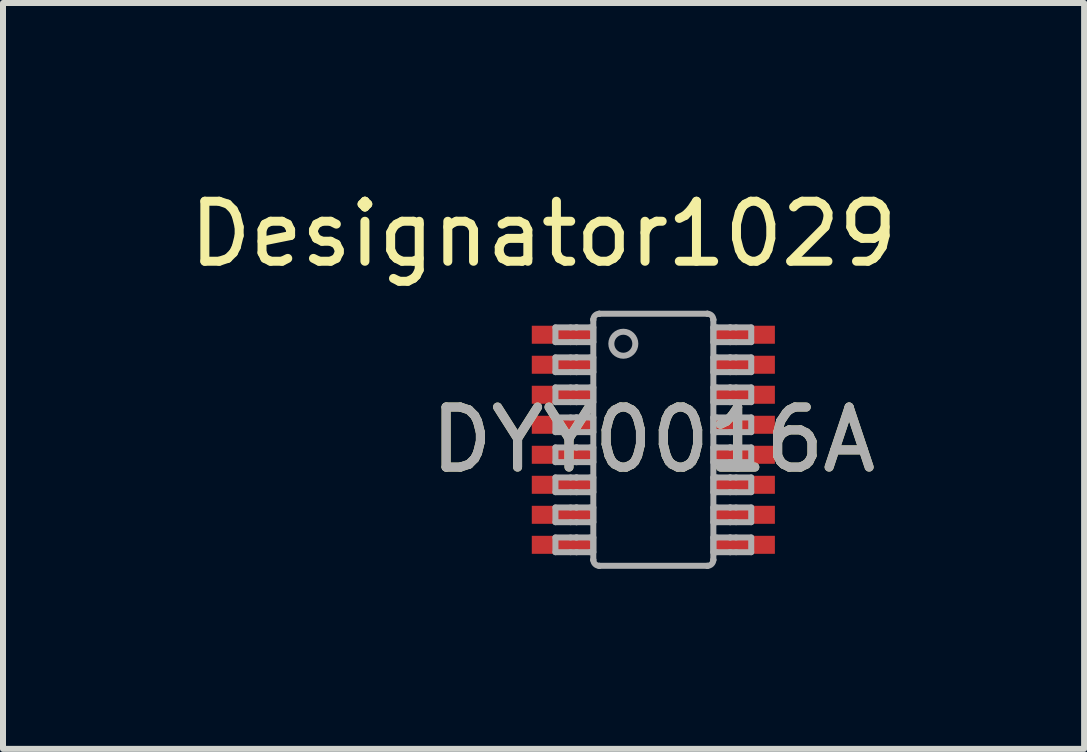
<source format=kicad_pcb>
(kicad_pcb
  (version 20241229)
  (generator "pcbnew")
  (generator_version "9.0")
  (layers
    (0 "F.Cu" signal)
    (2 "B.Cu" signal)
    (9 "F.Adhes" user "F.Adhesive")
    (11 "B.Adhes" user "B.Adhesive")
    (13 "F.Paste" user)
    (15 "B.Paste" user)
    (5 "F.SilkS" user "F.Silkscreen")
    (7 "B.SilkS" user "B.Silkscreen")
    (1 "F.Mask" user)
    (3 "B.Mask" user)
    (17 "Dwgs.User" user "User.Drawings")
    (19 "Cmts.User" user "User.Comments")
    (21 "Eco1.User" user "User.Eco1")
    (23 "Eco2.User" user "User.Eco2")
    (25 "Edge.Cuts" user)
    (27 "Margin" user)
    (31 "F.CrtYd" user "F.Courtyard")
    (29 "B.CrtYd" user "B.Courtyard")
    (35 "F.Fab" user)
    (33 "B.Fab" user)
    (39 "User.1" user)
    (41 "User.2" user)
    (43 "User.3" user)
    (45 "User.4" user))
  (footprint "DYY0016A"
    (layer "F.Cu")
    (at 7.835 4.277)
    (property "Reference" "DYY0016A" (at 0 0 0) (unlocked yes) (layer "F.SilkS") (effects (font (size 1 1) (thickness 0.15))))
    (attr smd)
    (fp_line (start -1.631 -1.872) (end -1.379 -1.872) (stroke (width 0.1) (type solid)) (layer "F.Fab"))
    (fp_line (start -1.631 -1.627) (end -1.631 -1.872) (stroke (width 0.1) (type solid)) (layer "F.Fab"))
    (fp_line (start -1.631 -1.627) (end -1.379 -1.627) (stroke (width 0.1) (type solid)) (layer "F.Fab"))
    (fp_line (start -1.631 -1.372) (end -1.379 -1.372) (stroke (width 0.1) (type solid)) (layer "F.Fab"))
    (fp_line (start -1.631 -1.127) (end -1.631 -1.372) (stroke (width 0.1) (type solid)) (layer "F.Fab"))
    (fp_line (start -1.631 -1.127) (end -1.379 -1.127) (stroke (width 0.1) (type solid)) (layer "F.Fab"))
    (fp_line (start -1.631 -0.872) (end -1.379 -0.872) (stroke (width 0.1) (type solid)) (layer "F.Fab"))
    (fp_line (start -1.631 -0.627) (end -1.631 -0.872) (stroke (width 0.1) (type solid)) (layer "F.Fab"))
    (fp_line (start -1.631 -0.627) (end -1.379 -0.627) (stroke (width 0.1) (type solid)) (layer "F.Fab"))
    (fp_line (start -1.631 -0.372) (end -1.379 -0.372) (stroke (width 0.1) (type solid)) (layer "F.Fab"))
    (fp_line (start -1.631 -0.127) (end -1.631 -0.372) (stroke (width 0.1) (type solid)) (layer "F.Fab"))
    (fp_line (start -1.631 -0.127) (end -1.379 -0.127) (stroke (width 0.1) (type solid)) (layer "F.Fab"))
    (fp_line (start -1.631 0.128) (end -1.379 0.128) (stroke (width 0.1) (type solid)) (layer "F.Fab"))
    (fp_line (start -1.631 0.373) (end -1.631 0.128) (stroke (width 0.1) (type solid)) (layer "F.Fab"))
    (fp_line (start -1.631 0.373) (end -1.379 0.373) (stroke (width 0.1) (type solid)) (layer "F.Fab"))
    (fp_line (start -1.631 0.628) (end -1.379 0.628) (stroke (width 0.1) (type solid)) (layer "F.Fab"))
    (fp_line (start -1.631 0.873) (end -1.631 0.628) (stroke (width 0.1) (type solid)) (layer "F.Fab"))
    (fp_line (start -1.631 0.873) (end -1.379 0.873) (stroke (width 0.1) (type solid)) (layer "F.Fab"))
    (fp_line (start -1.631 1.128) (end -1.379 1.128) (stroke (width 0.1) (type solid)) (layer "F.Fab"))
    (fp_line (start -1.631 1.373) (end -1.631 1.128) (stroke (width 0.1) (type solid)) (layer "F.Fab"))
    (fp_line (start -1.631 1.373) (end -1.379 1.373) (stroke (width 0.1) (type solid)) (layer "F.Fab"))
    (fp_line (start -1.631 1.628) (end -1.379 1.628) (stroke (width 0.1) (type solid)) (layer "F.Fab"))
    (fp_line (start -1.631 1.873) (end -1.631 1.628) (stroke (width 0.1) (type solid)) (layer "F.Fab"))
    (fp_line (start -1.631 1.873) (end -1.379 1.873) (stroke (width 0.1) (type solid)) (layer "F.Fab"))
    (fp_line (start -1.379 -1.872) (end -1.284 -1.872) (stroke (width 0.1) (type solid)) (layer "F.Fab"))
    (fp_line (start -1.379 -1.627) (end -1.284 -1.627) (stroke (width 0.1) (type solid)) (layer "F.Fab"))
    (fp_line (start -1.379 -1.372) (end -1.284 -1.372) (stroke (width 0.1) (type solid)) (layer "F.Fab"))
    (fp_line (start -1.379 -1.127) (end -1.284 -1.127) (stroke (width 0.1) (type solid)) (layer "F.Fab"))
    (fp_line (start -1.379 -0.872) (end -1.284 -0.872) (stroke (width 0.1) (type solid)) (layer "F.Fab"))
    (fp_line (start -1.379 -0.627) (end -1.284 -0.627) (stroke (width 0.1) (type solid)) (layer "F.Fab"))
    (fp_line (start -1.379 -0.372) (end -1.284 -0.372) (stroke (width 0.1) (type solid)) (layer "F.Fab"))
    (fp_line (start -1.379 -0.127) (end -1.284 -0.127) (stroke (width 0.1) (type solid)) (layer "F.Fab"))
    (fp_line (start -1.379 0.128) (end -1.284 0.128) (stroke (width 0.1) (type solid)) (layer "F.Fab"))
    (fp_line (start -1.379 0.373) (end -1.284 0.373) (stroke (width 0.1) (type solid)) (layer "F.Fab"))
    (fp_line (start -1.379 0.628) (end -1.284 0.628) (stroke (width 0.1) (type solid)) (layer "F.Fab"))
    (fp_line (start -1.379 0.873) (end -1.284 0.873) (stroke (width 0.1) (type solid)) (layer "F.Fab"))
    (fp_line (start -1.379 1.128) (end -1.284 1.128) (stroke (width 0.1) (type solid)) (layer "F.Fab"))
    (fp_line (start -1.379 1.373) (end -1.284 1.373) (stroke (width 0.1) (type solid)) (layer "F.Fab"))
    (fp_line (start -1.379 1.628) (end -1.284 1.628) (stroke (width 0.1) (type solid)) (layer "F.Fab"))
    (fp_line (start -1.379 1.873) (end -1.284 1.873) (stroke (width 0.1) (type solid)) (layer "F.Fab"))
    (fp_line (start -1.284 -1.872) (end -1.276 -1.872) (stroke (width 0.1) (type solid)) (layer "F.Fab"))
    (fp_line (start -1.284 -1.627) (end -1.276 -1.627) (stroke (width 0.1) (type solid)) (layer "F.Fab"))
    (fp_line (start -1.284 -1.372) (end -1.276 -1.372) (stroke (width 0.1) (type solid)) (layer "F.Fab"))
    (fp_line (start -1.284 -1.127) (end -1.276 -1.127) (stroke (width 0.1) (type solid)) (layer "F.Fab"))
    (fp_line (start -1.284 -0.872) (end -1.276 -0.872) (stroke (width 0.1) (type solid)) (layer "F.Fab"))
    (fp_line (start -1.284 -0.627) (end -1.276 -0.627) (stroke (width 0.1) (type solid)) (layer "F.Fab"))
    (fp_line (start -1.284 -0.372) (end -1.276 -0.372) (stroke (width 0.1) (type solid)) (layer "F.Fab"))
    (fp_line (start -1.284 -0.127) (end -1.276 -0.127) (stroke (width 0.1) (type solid)) (layer "F.Fab"))
    (fp_line (start -1.284 0.128) (end -1.276 0.128) (stroke (width 0.1) (type solid)) (layer "F.Fab"))
    (fp_line (start -1.284 0.373) (end -1.276 0.373) (stroke (width 0.1) (type solid)) (layer "F.Fab"))
    (fp_line (start -1.284 0.628) (end -1.276 0.628) (stroke (width 0.1) (type solid)) (layer "F.Fab"))
    (fp_line (start -1.284 0.873) (end -1.276 0.873) (stroke (width 0.1) (type solid)) (layer "F.Fab"))
    (fp_line (start -1.284 1.128) (end -1.276 1.128) (stroke (width 0.1) (type solid)) (layer "F.Fab"))
    (fp_line (start -1.284 1.373) (end -1.276 1.373) (stroke (width 0.1) (type solid)) (layer "F.Fab"))
    (fp_line (start -1.284 1.628) (end -1.276 1.628) (stroke (width 0.1) (type solid)) (layer "F.Fab"))
    (fp_line (start -1.284 1.873) (end -1.276 1.873) (stroke (width 0.1) (type solid)) (layer "F.Fab"))
    (fp_line (start -1.276 -1.872) (end -1.051 -1.872) (stroke (width 0.1) (type solid)) (layer "F.Fab"))
    (fp_line (start -1.276 -1.627) (end -1.051 -1.627) (stroke (width 0.1) (type solid)) (layer "F.Fab"))
    (fp_line (start -1.276 -1.372) (end -1.051 -1.372) (stroke (width 0.1) (type solid)) (layer "F.Fab"))
    (fp_line (start -1.276 -1.127) (end -1.051 -1.127) (stroke (width 0.1) (type solid)) (layer "F.Fab"))
    (fp_line (start -1.276 -0.872) (end -1.051 -0.872) (stroke (width 0.1) (type solid)) (layer "F.Fab"))
    (fp_line (start -1.276 -0.627) (end -1.051 -0.627) (stroke (width 0.1) (type solid)) (layer "F.Fab"))
    (fp_line (start -1.276 -0.372) (end -1.051 -0.372) (stroke (width 0.1) (type solid)) (layer "F.Fab"))
    (fp_line (start -1.276 -0.127) (end -1.051 -0.127) (stroke (width 0.1) (type solid)) (layer "F.Fab"))
    (fp_line (start -1.276 0.128) (end -1.051 0.128) (stroke (width 0.1) (type solid)) (layer "F.Fab"))
    (fp_line (start -1.276 0.373) (end -1.051 0.373) (stroke (width 0.1) (type solid)) (layer "F.Fab"))
    (fp_line (start -1.276 0.628) (end -1.051 0.628) (stroke (width 0.1) (type solid)) (layer "F.Fab"))
    (fp_line (start -1.276 0.873) (end -1.051 0.873) (stroke (width 0.1) (type solid)) (layer "F.Fab"))
    (fp_line (start -1.276 1.128) (end -1.051 1.128) (stroke (width 0.1) (type solid)) (layer "F.Fab"))
    (fp_line (start -1.276 1.373) (end -1.051 1.373) (stroke (width 0.1) (type solid)) (layer "F.Fab"))
    (fp_line (start -1.276 1.628) (end -1.051 1.628) (stroke (width 0.1) (type solid)) (layer "F.Fab"))
    (fp_line (start -1.276 1.873) (end -1.051 1.873) (stroke (width 0.1) (type solid)) (layer "F.Fab"))
    (fp_line (start -1.051 -1.872) (end -1 -1.872) (stroke (width 0.1) (type solid)) (layer "F.Fab"))
    (fp_line (start -1.051 -1.627) (end -1 -1.627) (stroke (width 0.1) (type solid)) (layer "F.Fab"))
    (fp_line (start -1.051 -1.372) (end -1 -1.372) (stroke (width 0.1) (type solid)) (layer "F.Fab"))
    (fp_line (start -1.051 -1.127) (end -1 -1.127) (stroke (width 0.1) (type solid)) (layer "F.Fab"))
    (fp_line (start -1.051 -0.872) (end -1 -0.872) (stroke (width 0.1) (type solid)) (layer "F.Fab"))
    (fp_line (start -1.051 -0.627) (end -1 -0.627) (stroke (width 0.1) (type solid)) (layer "F.Fab"))
    (fp_line (start -1.051 -0.372) (end -1 -0.372) (stroke (width 0.1) (type solid)) (layer "F.Fab"))
    (fp_line (start -1.051 -0.127) (end -1 -0.127) (stroke (width 0.1) (type solid)) (layer "F.Fab"))
    (fp_line (start -1.051 0.128) (end -1 0.128) (stroke (width 0.1) (type solid)) (layer "F.Fab"))
    (fp_line (start -1.051 0.373) (end -1 0.373) (stroke (width 0.1) (type solid)) (layer "F.Fab"))
    (fp_line (start -1.051 0.628) (end -1 0.628) (stroke (width 0.1) (type solid)) (layer "F.Fab"))
    (fp_line (start -1.051 0.873) (end -1 0.873) (stroke (width 0.1) (type solid)) (layer "F.Fab"))
    (fp_line (start -1.051 1.128) (end -1 1.128) (stroke (width 0.1) (type solid)) (layer "F.Fab"))
    (fp_line (start -1.051 1.373) (end -1 1.373) (stroke (width 0.1) (type solid)) (layer "F.Fab"))
    (fp_line (start -1.051 1.628) (end -1 1.628) (stroke (width 0.1) (type solid)) (layer "F.Fab"))
    (fp_line (start -1.051 1.873) (end -1 1.873) (stroke (width 0.1) (type solid)) (layer "F.Fab"))
    (fp_line (start -1 -2) (end -1 -2.001) (stroke (width 0.1) (type solid)) (layer "F.Fab"))
    (fp_line (start -1 -1.627) (end -1 -1.872) (stroke (width 0.1) (type solid)) (layer "F.Fab"))
    (fp_line (start -1 -1.127) (end -1 -1.372) (stroke (width 0.1) (type solid)) (layer "F.Fab"))
    (fp_line (start -1 -0.627) (end -1 -0.872) (stroke (width 0.1) (type solid)) (layer "F.Fab"))
    (fp_line (start -1 -0.127) (end -1 -0.372) (stroke (width 0.1) (type solid)) (layer "F.Fab"))
    (fp_line (start -1 0.373) (end -1 0.128) (stroke (width 0.1) (type solid)) (layer "F.Fab"))
    (fp_line (start -1 0.873) (end -1 0.628) (stroke (width 0.1) (type solid)) (layer "F.Fab"))
    (fp_line (start -1 1.373) (end -1 1.128) (stroke (width 0.1) (type solid)) (layer "F.Fab"))
    (fp_line (start -1 1.873) (end -1 1.628) (stroke (width 0.1) (type solid)) (layer "F.Fab"))
    (fp_line (start -1 2) (end -1 -2) (stroke (width 0.1) (type solid)) (layer "F.Fab"))
    (fp_line (start -1 2) (end -1 2.001) (stroke (width 0.1) (type solid)) (layer "F.Fab"))
    (fp_line (start -0.901 -2.1) (end -0.9 -2.1) (stroke (width 0.1) (type solid)) (layer "F.Fab"))
    (fp_line (start -0.901 2.1) (end -0.9 2.1) (stroke (width 0.1) (type solid)) (layer "F.Fab"))
    (fp_line (start -0.9 -2.1) (end 0.9 -2.1) (stroke (width 0.1) (type solid)) (layer "F.Fab"))
    (fp_line (start -0.9 2.1) (end 0.9 2.1) (stroke (width 0.1) (type solid)) (layer "F.Fab"))
    (fp_line (start 0.9 -2.1) (end 0.901 -2.1) (stroke (width 0.1) (type solid)) (layer "F.Fab"))
    (fp_line (start 0.9 2.1) (end 0.901 2.1) (stroke (width 0.1) (type solid)) (layer "F.Fab"))
    (fp_line (start 1 -2.001) (end 1 -2) (stroke (width 0.1) (type solid)) (layer "F.Fab"))
    (fp_line (start 1 2.001) (end 1 2) (stroke (width 0.1) (type solid)) (layer "F.Fab"))
    (fp_line (start 1 -1.872) (end 1.051 -1.872) (stroke (width 0.1) (type solid)) (layer "F.Fab"))
    (fp_line (start 1 -1.627) (end 1 -1.872) (stroke (width 0.1) (type solid)) (layer "F.Fab"))
    (fp_line (start 1 -1.627) (end 1.051 -1.627) (stroke (width 0.1) (type solid)) (layer "F.Fab"))
    (fp_line (start 1 -1.372) (end 1.051 -1.372) (stroke (width 0.1) (type solid)) (layer "F.Fab"))
    (fp_line (start 1 -1.127) (end 1 -1.372) (stroke (width 0.1) (type solid)) (layer "F.Fab"))
    (fp_line (start 1 -1.127) (end 1.051 -1.127) (stroke (width 0.1) (type solid)) (layer "F.Fab"))
    (fp_line (start 1 -0.872) (end 1.051 -0.872) (stroke (width 0.1) (type solid)) (layer "F.Fab"))
    (fp_line (start 1 -0.627) (end 1 -0.872) (stroke (width 0.1) (type solid)) (layer "F.Fab"))
    (fp_line (start 1 -0.627) (end 1.051 -0.627) (stroke (width 0.1) (type solid)) (layer "F.Fab"))
    (fp_line (start 1 -0.372) (end 1.051 -0.372) (stroke (width 0.1) (type solid)) (layer "F.Fab"))
    (fp_line (start 1 -0.127) (end 1 -0.372) (stroke (width 0.1) (type solid)) (layer "F.Fab"))
    (fp_line (start 1 -0.127) (end 1.051 -0.127) (stroke (width 0.1) (type solid)) (layer "F.Fab"))
    (fp_line (start 1 0.128) (end 1.051 0.128) (stroke (width 0.1) (type solid)) (layer "F.Fab"))
    (fp_line (start 1 0.373) (end 1 0.128) (stroke (width 0.1) (type solid)) (layer "F.Fab"))
    (fp_line (start 1 0.373) (end 1.051 0.373) (stroke (width 0.1) (type solid)) (layer "F.Fab"))
    (fp_line (start 1 0.628) (end 1.051 0.628) (stroke (width 0.1) (type solid)) (layer "F.Fab"))
    (fp_line (start 1 0.873) (end 1 0.628) (stroke (width 0.1) (type solid)) (layer "F.Fab"))
    (fp_line (start 1 0.873) (end 1.051 0.873) (stroke (width 0.1) (type solid)) (layer "F.Fab"))
    (fp_line (start 1 1.128) (end 1.051 1.128) (stroke (width 0.1) (type solid)) (layer "F.Fab"))
    (fp_line (start 1 1.373) (end 1 1.128) (stroke (width 0.1) (type solid)) (layer "F.Fab"))
    (fp_line (start 1 1.373) (end 1.051 1.373) (stroke (width 0.1) (type solid)) (layer "F.Fab"))
    (fp_line (start 1 1.628) (end 1.051 1.628) (stroke (width 0.1) (type solid)) (layer "F.Fab"))
    (fp_line (start 1 1.873) (end 1 1.628) (stroke (width 0.1) (type solid)) (layer "F.Fab"))
    (fp_line (start 1 1.873) (end 1.051 1.873) (stroke (width 0.1) (type solid)) (layer "F.Fab"))
    (fp_line (start 1 2) (end 1 -2) (stroke (width 0.1) (type solid)) (layer "F.Fab"))
    (fp_line (start 1.051 -1.872) (end 1.276 -1.872) (stroke (width 0.1) (type solid)) (layer "F.Fab"))
    (fp_line (start 1.051 -1.627) (end 1.276 -1.627) (stroke (width 0.1) (type solid)) (layer "F.Fab"))
    (fp_line (start 1.051 -1.372) (end 1.276 -1.372) (stroke (width 0.1) (type solid)) (layer "F.Fab"))
    (fp_line (start 1.051 -1.127) (end 1.276 -1.127) (stroke (width 0.1) (type solid)) (layer "F.Fab"))
    (fp_line (start 1.051 -0.872) (end 1.276 -0.872) (stroke (width 0.1) (type solid)) (layer "F.Fab"))
    (fp_line (start 1.051 -0.627) (end 1.276 -0.627) (stroke (width 0.1) (type solid)) (layer "F.Fab"))
    (fp_line (start 1.051 -0.372) (end 1.276 -0.372) (stroke (width 0.1) (type solid)) (layer "F.Fab"))
    (fp_line (start 1.051 -0.127) (end 1.276 -0.127) (stroke (width 0.1) (type solid)) (layer "F.Fab"))
    (fp_line (start 1.051 0.128) (end 1.276 0.128) (stroke (width 0.1) (type solid)) (layer "F.Fab"))
    (fp_line (start 1.051 0.373) (end 1.276 0.373) (stroke (width 0.1) (type solid)) (layer "F.Fab"))
    (fp_line (start 1.051 0.628) (end 1.276 0.628) (stroke (width 0.1) (type solid)) (layer "F.Fab"))
    (fp_line (start 1.051 0.873) (end 1.276 0.873) (stroke (width 0.1) (type solid)) (layer "F.Fab"))
    (fp_line (start 1.051 1.128) (end 1.276 1.128) (stroke (width 0.1) (type solid)) (layer "F.Fab"))
    (fp_line (start 1.051 1.373) (end 1.276 1.373) (stroke (width 0.1) (type solid)) (layer "F.Fab"))
    (fp_line (start 1.051 1.628) (end 1.276 1.628) (stroke (width 0.1) (type solid)) (layer "F.Fab"))
    (fp_line (start 1.051 1.873) (end 1.276 1.873) (stroke (width 0.1) (type solid)) (layer "F.Fab"))
    (fp_line (start 1.276 -1.872) (end 1.284 -1.872) (stroke (width 0.1) (type solid)) (layer "F.Fab"))
    (fp_line (start 1.276 -1.627) (end 1.284 -1.627) (stroke (width 0.1) (type solid)) (layer "F.Fab"))
    (fp_line (start 1.276 -1.372) (end 1.284 -1.372) (stroke (width 0.1) (type solid)) (layer "F.Fab"))
    (fp_line (start 1.276 -1.127) (end 1.284 -1.127) (stroke (width 0.1) (type solid)) (layer "F.Fab"))
    (fp_line (start 1.276 -0.872) (end 1.284 -0.872) (stroke (width 0.1) (type solid)) (layer "F.Fab"))
    (fp_line (start 1.276 -0.627) (end 1.284 -0.627) (stroke (width 0.1) (type solid)) (layer "F.Fab"))
    (fp_line (start 1.276 -0.372) (end 1.284 -0.372) (stroke (width 0.1) (type solid)) (layer "F.Fab"))
    (fp_line (start 1.276 -0.127) (end 1.284 -0.127) (stroke (width 0.1) (type solid)) (layer "F.Fab"))
    (fp_line (start 1.276 0.128) (end 1.284 0.128) (stroke (width 0.1) (type solid)) (layer "F.Fab"))
    (fp_line (start 1.276 0.373) (end 1.284 0.373) (stroke (width 0.1) (type solid)) (layer "F.Fab"))
    (fp_line (start 1.276 0.628) (end 1.284 0.628) (stroke (width 0.1) (type solid)) (layer "F.Fab"))
    (fp_line (start 1.276 0.873) (end 1.284 0.873) (stroke (width 0.1) (type solid)) (layer "F.Fab"))
    (fp_line (start 1.276 1.128) (end 1.284 1.128) (stroke (width 0.1) (type solid)) (layer "F.Fab"))
    (fp_line (start 1.276 1.373) (end 1.284 1.373) (stroke (width 0.1) (type solid)) (layer "F.Fab"))
    (fp_line (start 1.276 1.628) (end 1.284 1.628) (stroke (width 0.1) (type solid)) (layer "F.Fab"))
    (fp_line (start 1.276 1.873) (end 1.284 1.873) (stroke (width 0.1) (type solid)) (layer "F.Fab"))
    (fp_line (start 1.284 -1.872) (end 1.379 -1.872) (stroke (width 0.1) (type solid)) (layer "F.Fab"))
    (fp_line (start 1.284 -1.627) (end 1.379 -1.627) (stroke (width 0.1) (type solid)) (layer "F.Fab"))
    (fp_line (start 1.284 -1.372) (end 1.379 -1.372) (stroke (width 0.1) (type solid)) (layer "F.Fab"))
    (fp_line (start 1.284 -1.127) (end 1.379 -1.127) (stroke (width 0.1) (type solid)) (layer "F.Fab"))
    (fp_line (start 1.284 -0.872) (end 1.379 -0.872) (stroke (width 0.1) (type solid)) (layer "F.Fab"))
    (fp_line (start 1.284 -0.627) (end 1.379 -0.627) (stroke (width 0.1) (type solid)) (layer "F.Fab"))
    (fp_line (start 1.284 -0.372) (end 1.379 -0.372) (stroke (width 0.1) (type solid)) (layer "F.Fab"))
    (fp_line (start 1.284 -0.127) (end 1.379 -0.127) (stroke (width 0.1) (type solid)) (layer "F.Fab"))
    (fp_line (start 1.284 0.128) (end 1.379 0.128) (stroke (width 0.1) (type solid)) (layer "F.Fab"))
    (fp_line (start 1.284 0.373) (end 1.379 0.373) (stroke (width 0.1) (type solid)) (layer "F.Fab"))
    (fp_line (start 1.284 0.628) (end 1.379 0.628) (stroke (width 0.1) (type solid)) (layer "F.Fab"))
    (fp_line (start 1.284 0.873) (end 1.379 0.873) (stroke (width 0.1) (type solid)) (layer "F.Fab"))
    (fp_line (start 1.284 1.128) (end 1.379 1.128) (stroke (width 0.1) (type solid)) (layer "F.Fab"))
    (fp_line (start 1.284 1.373) (end 1.379 1.373) (stroke (width 0.1) (type solid)) (layer "F.Fab"))
    (fp_line (start 1.284 1.628) (end 1.379 1.628) (stroke (width 0.1) (type solid)) (layer "F.Fab"))
    (fp_line (start 1.284 1.873) (end 1.379 1.873) (stroke (width 0.1) (type solid)) (layer "F.Fab"))
    (fp_line (start 1.379 -1.872) (end 1.631 -1.872) (stroke (width 0.1) (type solid)) (layer "F.Fab"))
    (fp_line (start 1.379 -1.627) (end 1.631 -1.627) (stroke (width 0.1) (type solid)) (layer "F.Fab"))
    (fp_line (start 1.379 -1.372) (end 1.631 -1.372) (stroke (width 0.1) (type solid)) (layer "F.Fab"))
    (fp_line (start 1.379 -1.127) (end 1.631 -1.127) (stroke (width 0.1) (type solid)) (layer "F.Fab"))
    (fp_line (start 1.379 -0.872) (end 1.631 -0.872) (stroke (width 0.1) (type solid)) (layer "F.Fab"))
    (fp_line (start 1.379 -0.627) (end 1.631 -0.627) (stroke (width 0.1) (type solid)) (layer "F.Fab"))
    (fp_line (start 1.379 -0.372) (end 1.631 -0.372) (stroke (width 0.1) (type solid)) (layer "F.Fab"))
    (fp_line (start 1.379 -0.127) (end 1.631 -0.127) (stroke (width 0.1) (type solid)) (layer "F.Fab"))
    (fp_line (start 1.379 0.128) (end 1.631 0.128) (stroke (width 0.1) (type solid)) (layer "F.Fab"))
    (fp_line (start 1.379 0.373) (end 1.631 0.373) (stroke (width 0.1) (type solid)) (layer "F.Fab"))
    (fp_line (start 1.379 0.628) (end 1.631 0.628) (stroke (width 0.1) (type solid)) (layer "F.Fab"))
    (fp_line (start 1.379 0.873) (end 1.631 0.873) (stroke (width 0.1) (type solid)) (layer "F.Fab"))
    (fp_line (start 1.379 1.128) (end 1.631 1.128) (stroke (width 0.1) (type solid)) (layer "F.Fab"))
    (fp_line (start 1.379 1.373) (end 1.631 1.373) (stroke (width 0.1) (type solid)) (layer "F.Fab"))
    (fp_line (start 1.379 1.628) (end 1.631 1.628) (stroke (width 0.1) (type solid)) (layer "F.Fab"))
    (fp_line (start 1.379 1.873) (end 1.631 1.873) (stroke (width 0.1) (type solid)) (layer "F.Fab"))
    (fp_line (start 1.631 -1.627) (end 1.631 -1.872) (stroke (width 0.1) (type solid)) (layer "F.Fab"))
    (fp_line (start 1.631 -1.127) (end 1.631 -1.372) (stroke (width 0.1) (type solid)) (layer "F.Fab"))
    (fp_line (start 1.631 -0.627) (end 1.631 -0.872) (stroke (width 0.1) (type solid)) (layer "F.Fab"))
    (fp_line (start 1.631 -0.127) (end 1.631 -0.372) (stroke (width 0.1) (type solid)) (layer "F.Fab"))
    (fp_line (start 1.631 0.373) (end 1.631 0.128) (stroke (width 0.1) (type solid)) (layer "F.Fab"))
    (fp_line (start 1.631 0.873) (end 1.631 0.628) (stroke (width 0.1) (type solid)) (layer "F.Fab"))
    (fp_line (start 1.631 1.373) (end 1.631 1.128) (stroke (width 0.1) (type solid)) (layer "F.Fab"))
    (fp_line (start 1.631 1.873) (end 1.631 1.628) (stroke (width 0.1) (type solid)) (layer "F.Fab"))
    (fp_arc (start -0.999991 -2.00122) (mid -0.970709 -2.070707) (end -0.901222 -2.099988) (stroke (width 0.1) (type solid)) (layer "F.Fab"))
    (fp_arc (start -0.901222 2.099996) (mid -0.970709 2.070714) (end -0.999991 2.001227) (stroke (width 0.1) (type solid)) (layer "F.Fab"))
    (fp_arc (start 0.901225 -2.099988) (mid 0.970711 -2.070706) (end 0.999993 -2.00122) (stroke (width 0.1) (type solid)) (layer "F.Fab"))
    (fp_arc (start 0.999993 2.001227) (mid 0.970711 2.070714) (end 0.901224 2.099996) (stroke (width 0.1) (type solid)) (layer "F.Fab"))
    (fp_circle (center -0.5 -1.6) (end -0.3 -1.6) (stroke (width 0.1) (type solid)) (fill no) (layer "F.Fab"))
    (fp_text user "Designator1029" (at -1.829 -3.429 0) (unlocked yes) (layer "F.SilkS") (effects (font (size 1 1) (thickness 0.15))))
    (fp_text user "${REFERENCE}" (at 0 0 0) (unlocked yes) (layer "F.Fab") (effects (font (size 1 1) (thickness 0.15))))
    (pad "1" smd rect (at -1.5 -1.75) (size 1.05 0.3) (layers "F.Cu" "F.Mask" "F.Paste"))
    (pad "2" smd rect (at -1.5 -1.25) (size 1.05 0.3) (layers "F.Cu" "F.Mask" "F.Paste"))
    (pad "3" smd rect (at -1.5 -0.75) (size 1.05 0.3) (layers "F.Cu" "F.Mask" "F.Paste"))
    (pad "4" smd rect (at -1.5 -0.25) (size 1.05 0.3) (layers "F.Cu" "F.Mask" "F.Paste"))
    (pad "5" smd rect (at -1.5 0.25) (size 1.05 0.3) (layers "F.Cu" "F.Mask" "F.Paste"))
    (pad "6" smd rect (at -1.5 0.75) (size 1.05 0.3) (layers "F.Cu" "F.Mask" "F.Paste"))
    (pad "7" smd rect (at -1.5 1.25) (size 1.05 0.3) (layers "F.Cu" "F.Mask" "F.Paste"))
    (pad "8" smd rect (at -1.5 1.75) (size 1.05 0.3) (layers "F.Cu" "F.Mask" "F.Paste"))
    (pad "9" smd rect (at 1.5 1.75) (size 1.05 0.3) (layers "F.Cu" "F.Mask" "F.Paste"))
    (pad "10" smd rect (at 1.5 1.25) (size 1.05 0.3) (layers "F.Cu" "F.Mask" "F.Paste"))
    (pad "11" smd rect (at 1.5 0.75) (size 1.05 0.3) (layers "F.Cu" "F.Mask" "F.Paste"))
    (pad "12" smd rect (at 1.5 0.25) (size 1.05 0.3) (layers "F.Cu" "F.Mask" "F.Paste"))
    (pad "13" smd rect (at 1.5 -0.25) (size 1.05 0.3) (layers "F.Cu" "F.Mask" "F.Paste"))
    (pad "14" smd rect (at 1.5 -0.75) (size 1.05 0.3) (layers "F.Cu" "F.Mask" "F.Paste"))
    (pad "15" smd rect (at 1.5 -1.25) (size 1.05 0.3) (layers "F.Cu" "F.Mask" "F.Paste"))
    (pad "16" smd rect (at 1.5 -1.75) (size 1.05 0.3) (layers "F.Cu" "F.Mask" "F.Paste")))
  (gr_rect
    (start -3 -3)
    (end 15.012 9.427)
    (stroke (width 0.1) (type default))
    (fill no)
    (layer "Edge.Cuts")))
</source>
